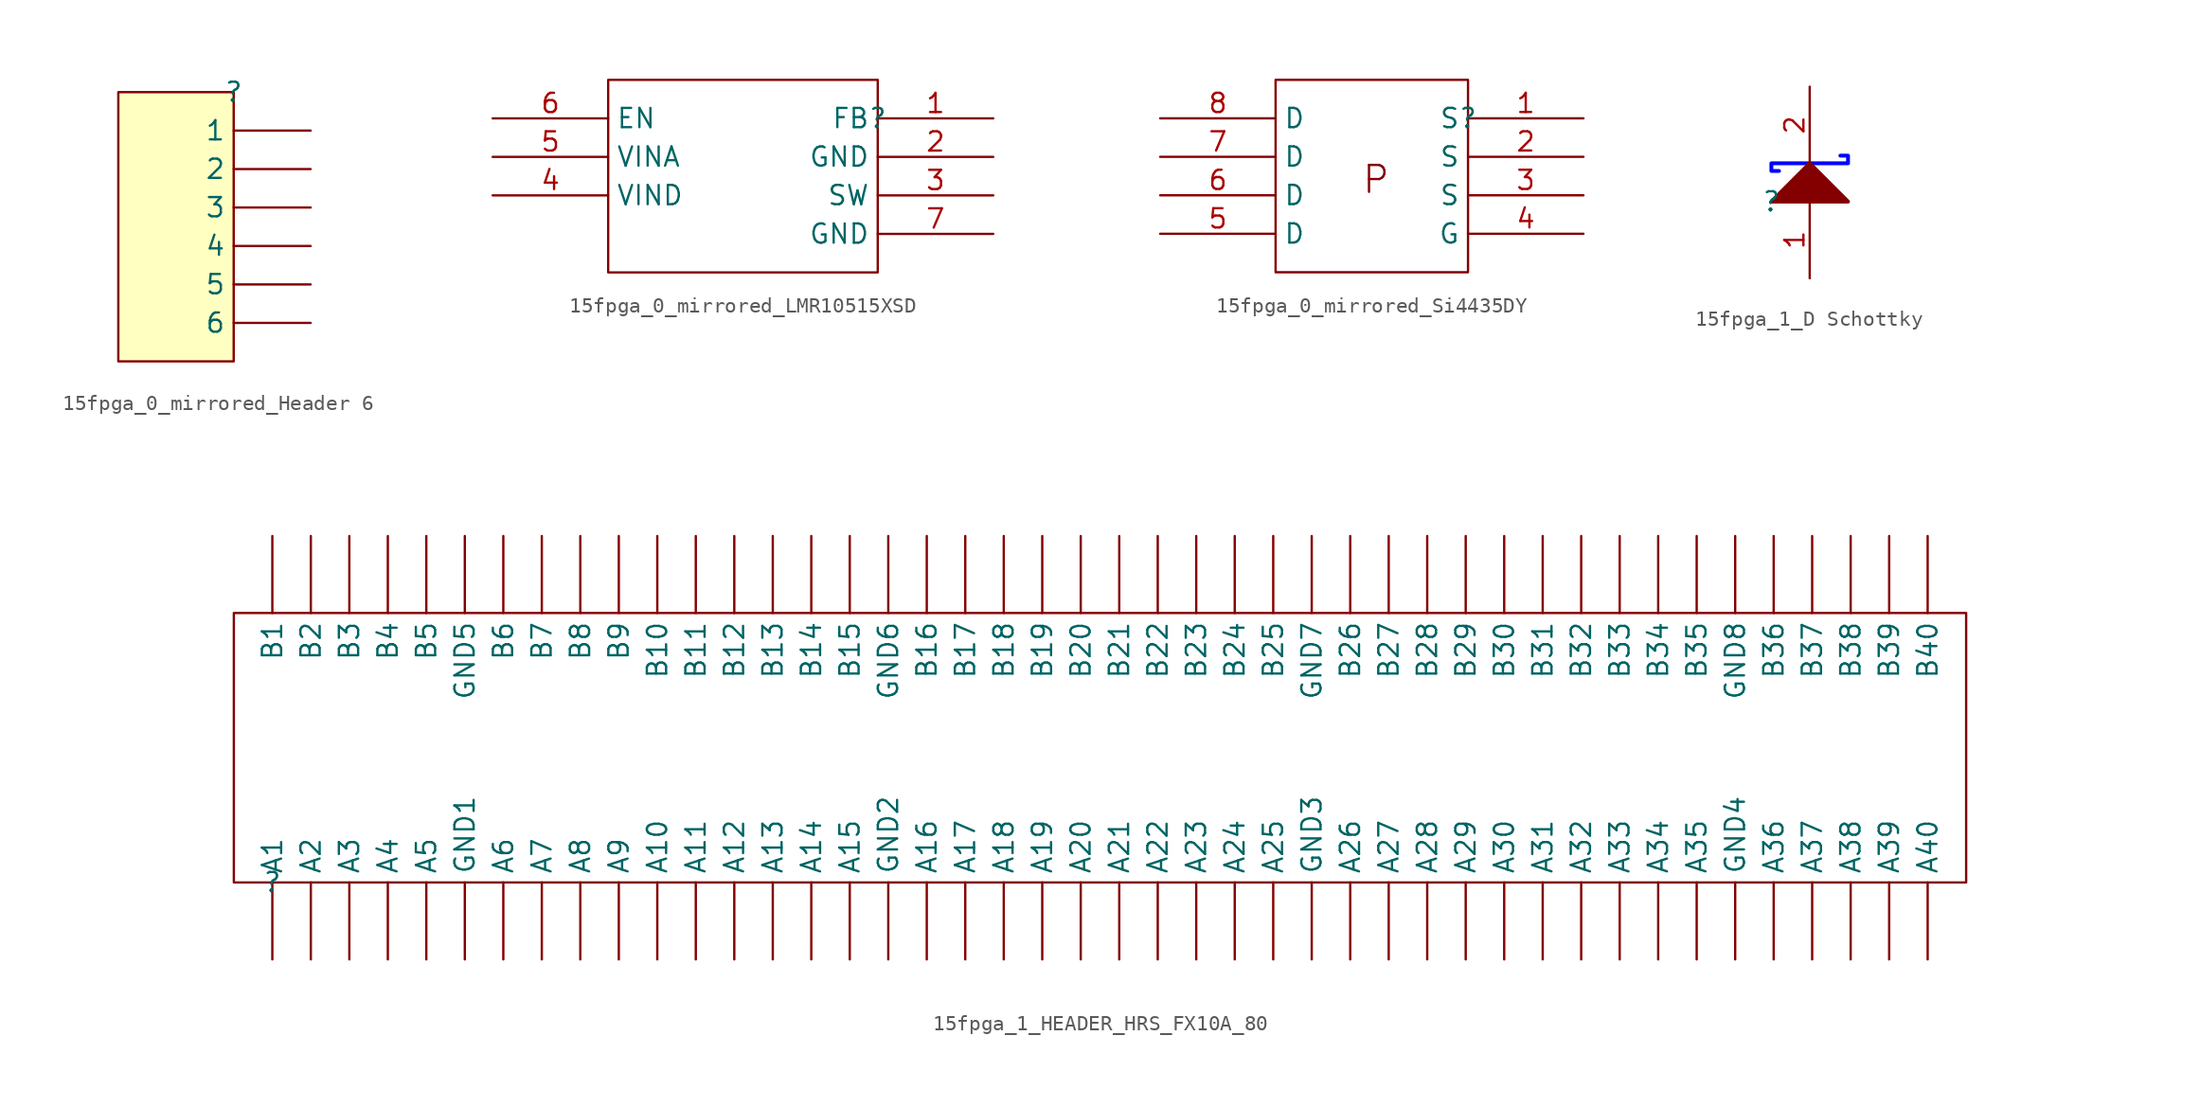
<source format=kicad_sym>
(kicad_symbol_lib
  (version 20220914)
  (generator kicad_symbol_editor)
  (symbol "15fpga_0_mirrored_Header 6"
    (property "Reference" ""
      (at 0 0 0)
      (effects (font (size 1.27 1.27))))
    (property "Value" ""
      (at 0 0 0)
      (effects (font (size 1.27 1.27))))
    (symbol "15fpga_0_mirrored_Header 6_1_0"
      (rectangle (start 0 0) (end -7.62 -17.78) (stroke (width 0) (type solid)) (fill (type background)))
      (pin passive line (at 5.08 -2.54 180) (length 5.08) (name "1" (effects (font (size 1.27 1.27)))) (number "1" (effects (font (size 0 0)))))
      (pin passive line (at 5.08 -5.08 180) (length 5.08) (name "2" (effects (font (size 1.27 1.27)))) (number "2" (effects (font (size 0 0)))))
      (pin passive line (at 5.08 -7.62 180) (length 5.08) (name "3" (effects (font (size 1.27 1.27)))) (number "3" (effects (font (size 0 0)))))
      (pin passive line (at 5.08 -10.16 180) (length 5.08) (name "4" (effects (font (size 1.27 1.27)))) (number "4" (effects (font (size 0 0)))))
      (pin passive line (at 5.08 -12.7 180) (length 5.08) (name "5" (effects (font (size 1.27 1.27)))) (number "5" (effects (font (size 0 0)))))
      (pin passive line (at 5.08 -15.24 180) (length 5.08) (name "6" (effects (font (size 1.27 1.27)))) (number "6" (effects (font (size 0 0)))))))
  (symbol "15fpga_0_mirrored_LMR10515XSD"
    (property "Reference" ""
      (at 0 0 0)
      (effects (font (size 1.27 1.27))))
    (property "Value" ""
      (at 0 0 0)
      (effects (font (size 1.27 1.27))))
    (symbol "15fpga_0_mirrored_LMR10515XSD_1_0"
      (rectangle (start 0 2.54) (end -17.78 -10.16) (stroke (width 0) (type solid)) (fill (type none)))
      (pin passive line (at 7.62 0 180) (length 7.62) (name "FB" (effects (font (size 1.27 1.27)))) (number "1" (effects (font (size 1.27 1.27)))))
      (pin power_in line (at 7.62 -2.54 180) (length 7.62) (name "GND" (effects (font (size 1.27 1.27)))) (number "2" (effects (font (size 1.27 1.27)))))
      (pin passive line (at 7.62 -5.08 180) (length 7.62) (name "SW" (effects (font (size 1.27 1.27)))) (number "3" (effects (font (size 1.27 1.27)))))
      (pin power_in line (at -25.4 -5.08 0) (length 7.62) (name "VIND" (effects (font (size 1.27 1.27)))) (number "4" (effects (font (size 1.27 1.27)))))
      (pin power_in line (at -25.4 -2.54 0) (length 7.62) (name "VINA" (effects (font (size 1.27 1.27)))) (number "5" (effects (font (size 1.27 1.27)))))
      (pin input line (at -25.4 0 0) (length 7.62) (name "EN" (effects (font (size 1.27 1.27)))) (number "6" (effects (font (size 1.27 1.27)))))
      (pin power_in line (at 7.62 -7.62 180) (length 7.62) (name "GND" (effects (font (size 1.27 1.27)))) (number "7" (effects (font (size 1.27 1.27)))))))
  (symbol "15fpga_0_mirrored_Si4435DY"
    (property "Reference" ""
      (at 0 0 0)
      (effects (font (size 1.27 1.27))))
    (property "Value" ""
      (at 0 0 0)
      (effects (font (size 1.27 1.27))))
    (symbol "15fpga_0_mirrored_Si4435DY_1_0"
      (rectangle (start 0 2.54) (end -12.7 -10.16) (stroke (width 0) (type solid)) (fill (type none)))
      (text "P" (at -5.08 -5.08 0) (effects (font (size 1.778 1.778)) (justify right bottom)))
      (pin passive line (at 7.62 0 180) (length 7.62) (name "S" (effects (font (size 1.27 1.27)))) (number "1" (effects (font (size 1.27 1.27)))))
      (pin passive line (at 7.62 -2.54 180) (length 7.62) (name "S" (effects (font (size 1.27 1.27)))) (number "2" (effects (font (size 1.27 1.27)))))
      (pin passive line (at 7.62 -5.08 180) (length 7.62) (name "S" (effects (font (size 1.27 1.27)))) (number "3" (effects (font (size 1.27 1.27)))))
      (pin passive line (at 7.62 -7.62 180) (length 7.62) (name "G" (effects (font (size 1.27 1.27)))) (number "4" (effects (font (size 1.27 1.27)))))
      (pin passive line (at -20.32 -7.62 0) (length 7.62) (name "D" (effects (font (size 1.27 1.27)))) (number "5" (effects (font (size 1.27 1.27)))))
      (pin passive line (at -20.32 -5.08 0) (length 7.62) (name "D" (effects (font (size 1.27 1.27)))) (number "6" (effects (font (size 1.27 1.27)))))
      (pin passive line (at -20.32 -2.54 0) (length 7.62) (name "D" (effects (font (size 1.27 1.27)))) (number "7" (effects (font (size 1.27 1.27)))))
      (pin passive line (at -20.32 0 0) (length 7.62) (name "D" (effects (font (size 1.27 1.27)))) (number "8" (effects (font (size 1.27 1.27)))))))
  (symbol "15fpga_1_D Schottky"
    (property "Reference" ""
      (at 0 0 0)
      (effects (font (size 1.27 1.27))))
    (property "Value" ""
      (at 0 0 0)
      (effects (font (size 1.27 1.27))))
    (symbol "15fpga_1_D Schottky_1_0"
      (polyline (pts (xy 5.08 0) (xy 2.54 2.54) (xy 0 0) (xy 5.08 0)) (stroke (width 0.254) (type solid)) (fill (type outline)))
      (polyline (pts (xy 4.572 3.048) (xy 5.08 3.048) (xy 5.08 2.54) (xy 0 2.54) (xy 0 2.032) (xy 0.508 2.032)) (stroke (width 0.254) (type solid) (color 0 0 255 1)) (fill (type none)))
      (pin passive line (at 2.54 -5.08 90) (length 5.08) (name "A" (effects (font (size 0 0)))) (number "1" (effects (font (size 1.27 1.27)))))
      (pin passive line (at 2.54 7.62 270) (length 5.08) (name "K" (effects (font (size 0 0)))) (number "2" (effects (font (size 1.27 1.27)))))))
  (symbol "15fpga_1_HEADER_HRS_FX10A_80"
    (property "Reference" ""
      (at 0 0 0)
      (effects (font (size 1.27 1.27))))
    (property "Value" ""
      (at 0 0 0)
      (effects (font (size 1.27 1.27))))
    (symbol "15fpga_1_HEADER_HRS_FX10A_80_1_0"
      (rectangle (start 111.76 17.78) (end -2.54 0) (stroke (width 0) (type solid)) (fill (type none)))
      (pin passive line (at 0 -5.08 90) (length 5.08) (name "A1" (effects (font (size 1.27 1.27)))) (number "A1" (effects (font (size 0 0)))))
      (pin passive line (at 25.4 -5.08 90) (length 5.08) (name "A10" (effects (font (size 1.27 1.27)))) (number "A10" (effects (font (size 0 0)))))
      (pin passive line (at 27.94 -5.08 90) (length 5.08) (name "A11" (effects (font (size 1.27 1.27)))) (number "A11" (effects (font (size 0 0)))))
      (pin passive line (at 30.48 -5.08 90) (length 5.08) (name "A12" (effects (font (size 1.27 1.27)))) (number "A12" (effects (font (size 0 0)))))
      (pin passive line (at 33.02 -5.08 90) (length 5.08) (name "A13" (effects (font (size 1.27 1.27)))) (number "A13" (effects (font (size 0 0)))))
      (pin passive line (at 35.56 -5.08 90) (length 5.08) (name "A14" (effects (font (size 1.27 1.27)))) (number "A14" (effects (font (size 0 0)))))
      (pin passive line (at 38.1 -5.08 90) (length 5.08) (name "A15" (effects (font (size 1.27 1.27)))) (number "A15" (effects (font (size 0 0)))))
      (pin passive line (at 43.18 -5.08 90) (length 5.08) (name "A16" (effects (font (size 1.27 1.27)))) (number "A16" (effects (font (size 0 0)))))
      (pin passive line (at 45.72 -5.08 90) (length 5.08) (name "A17" (effects (font (size 1.27 1.27)))) (number "A17" (effects (font (size 0 0)))))
      (pin passive line (at 48.26 -5.08 90) (length 5.08) (name "A18" (effects (font (size 1.27 1.27)))) (number "A18" (effects (font (size 0 0)))))
      (pin passive line (at 50.8 -5.08 90) (length 5.08) (name "A19" (effects (font (size 1.27 1.27)))) (number "A19" (effects (font (size 0 0)))))
      (pin passive line (at 2.54 -5.08 90) (length 5.08) (name "A2" (effects (font (size 1.27 1.27)))) (number "A2" (effects (font (size 0 0)))))
      (pin passive line (at 53.34 -5.08 90) (length 5.08) (name "A20" (effects (font (size 1.27 1.27)))) (number "A20" (effects (font (size 0 0)))))
      (pin passive line (at 55.88 -5.08 90) (length 5.08) (name "A21" (effects (font (size 1.27 1.27)))) (number "A21" (effects (font (size 0 0)))))
      (pin passive line (at 58.42 -5.08 90) (length 5.08) (name "A22" (effects (font (size 1.27 1.27)))) (number "A22" (effects (font (size 0 0)))))
      (pin passive line (at 60.96 -5.08 90) (length 5.08) (name "A23" (effects (font (size 1.27 1.27)))) (number "A23" (effects (font (size 0 0)))))
      (pin passive line (at 63.5 -5.08 90) (length 5.08) (name "A24" (effects (font (size 1.27 1.27)))) (number "A24" (effects (font (size 0 0)))))
      (pin passive line (at 66.04 -5.08 90) (length 5.08) (name "A25" (effects (font (size 1.27 1.27)))) (number "A25" (effects (font (size 0 0)))))
      (pin passive line (at 71.12 -5.08 90) (length 5.08) (name "A26" (effects (font (size 1.27 1.27)))) (number "A26" (effects (font (size 0 0)))))
      (pin passive line (at 73.66 -5.08 90) (length 5.08) (name "A27" (effects (font (size 1.27 1.27)))) (number "A27" (effects (font (size 0 0)))))
      (pin passive line (at 76.2 -5.08 90) (length 5.08) (name "A28" (effects (font (size 1.27 1.27)))) (number "A28" (effects (font (size 0 0)))))
      (pin passive line (at 78.74 -5.08 90) (length 5.08) (name "A29" (effects (font (size 1.27 1.27)))) (number "A29" (effects (font (size 0 0)))))
      (pin passive line (at 5.08 -5.08 90) (length 5.08) (name "A3" (effects (font (size 1.27 1.27)))) (number "A3" (effects (font (size 0 0)))))
      (pin passive line (at 81.28 -5.08 90) (length 5.08) (name "A30" (effects (font (size 1.27 1.27)))) (number "A30" (effects (font (size 0 0)))))
      (pin passive line (at 83.82 -5.08 90) (length 5.08) (name "A31" (effects (font (size 1.27 1.27)))) (number "A31" (effects (font (size 0 0)))))
      (pin passive line (at 86.36 -5.08 90) (length 5.08) (name "A32" (effects (font (size 1.27 1.27)))) (number "A32" (effects (font (size 0 0)))))
      (pin passive line (at 88.9 -5.08 90) (length 5.08) (name "A33" (effects (font (size 1.27 1.27)))) (number "A33" (effects (font (size 0 0)))))
      (pin passive line (at 91.44 -5.08 90) (length 5.08) (name "A34" (effects (font (size 1.27 1.27)))) (number "A34" (effects (font (size 0 0)))))
      (pin passive line (at 93.98 -5.08 90) (length 5.08) (name "A35" (effects (font (size 1.27 1.27)))) (number "A35" (effects (font (size 0 0)))))
      (pin passive line (at 99.06 -5.08 90) (length 5.08) (name "A36" (effects (font (size 1.27 1.27)))) (number "A36" (effects (font (size 0 0)))))
      (pin passive line (at 101.6 -5.08 90) (length 5.08) (name "A37" (effects (font (size 1.27 1.27)))) (number "A37" (effects (font (size 0 0)))))
      (pin passive line (at 104.14 -5.08 90) (length 5.08) (name "A38" (effects (font (size 1.27 1.27)))) (number "A38" (effects (font (size 0 0)))))
      (pin passive line (at 106.68 -5.08 90) (length 5.08) (name "A39" (effects (font (size 1.27 1.27)))) (number "A39" (effects (font (size 0 0)))))
      (pin passive line (at 7.62 -5.08 90) (length 5.08) (name "A4" (effects (font (size 1.27 1.27)))) (number "A4" (effects (font (size 0 0)))))
      (pin passive line (at 109.22 -5.08 90) (length 5.08) (name "A40" (effects (font (size 1.27 1.27)))) (number "A40" (effects (font (size 0 0)))))
      (pin passive line (at 10.16 -5.08 90) (length 5.08) (name "A5" (effects (font (size 1.27 1.27)))) (number "A5" (effects (font (size 0 0)))))
      (pin passive line (at 15.24 -5.08 90) (length 5.08) (name "A6" (effects (font (size 1.27 1.27)))) (number "A6" (effects (font (size 0 0)))))
      (pin passive line (at 17.78 -5.08 90) (length 5.08) (name "A7" (effects (font (size 1.27 1.27)))) (number "A7" (effects (font (size 0 0)))))
      (pin passive line (at 20.32 -5.08 90) (length 5.08) (name "A8" (effects (font (size 1.27 1.27)))) (number "A8" (effects (font (size 0 0)))))
      (pin passive line (at 22.86 -5.08 90) (length 5.08) (name "A9" (effects (font (size 1.27 1.27)))) (number "A9" (effects (font (size 0 0)))))
      (pin passive line (at 0 22.86 270) (length 5.08) (name "B1" (effects (font (size 1.27 1.27)))) (number "B1" (effects (font (size 0 0)))))
      (pin passive line (at 25.4 22.86 270) (length 5.08) (name "B10" (effects (font (size 1.27 1.27)))) (number "B10" (effects (font (size 0 0)))))
      (pin passive line (at 27.94 22.86 270) (length 5.08) (name "B11" (effects (font (size 1.27 1.27)))) (number "B11" (effects (font (size 0 0)))))
      (pin passive line (at 30.48 22.86 270) (length 5.08) (name "B12" (effects (font (size 1.27 1.27)))) (number "B12" (effects (font (size 0 0)))))
      (pin passive line (at 33.02 22.86 270) (length 5.08) (name "B13" (effects (font (size 1.27 1.27)))) (number "B13" (effects (font (size 0 0)))))
      (pin passive line (at 35.56 22.86 270) (length 5.08) (name "B14" (effects (font (size 1.27 1.27)))) (number "B14" (effects (font (size 0 0)))))
      (pin passive line (at 38.1 22.86 270) (length 5.08) (name "B15" (effects (font (size 1.27 1.27)))) (number "B15" (effects (font (size 0 0)))))
      (pin passive line (at 43.18 22.86 270) (length 5.08) (name "B16" (effects (font (size 1.27 1.27)))) (number "B16" (effects (font (size 0 0)))))
      (pin passive line (at 45.72 22.86 270) (length 5.08) (name "B17" (effects (font (size 1.27 1.27)))) (number "B17" (effects (font (size 0 0)))))
      (pin passive line (at 48.26 22.86 270) (length 5.08) (name "B18" (effects (font (size 1.27 1.27)))) (number "B18" (effects (font (size 0 0)))))
      (pin passive line (at 50.8 22.86 270) (length 5.08) (name "B19" (effects (font (size 1.27 1.27)))) (number "B19" (effects (font (size 0 0)))))
      (pin passive line (at 2.54 22.86 270) (length 5.08) (name "B2" (effects (font (size 1.27 1.27)))) (number "B2" (effects (font (size 0 0)))))
      (pin passive line (at 53.34 22.86 270) (length 5.08) (name "B20" (effects (font (size 1.27 1.27)))) (number "B20" (effects (font (size 0 0)))))
      (pin passive line (at 55.88 22.86 270) (length 5.08) (name "B21" (effects (font (size 1.27 1.27)))) (number "B21" (effects (font (size 0 0)))))
      (pin passive line (at 58.42 22.86 270) (length 5.08) (name "B22" (effects (font (size 1.27 1.27)))) (number "B22" (effects (font (size 0 0)))))
      (pin passive line (at 60.96 22.86 270) (length 5.08) (name "B23" (effects (font (size 1.27 1.27)))) (number "B23" (effects (font (size 0 0)))))
      (pin passive line (at 63.5 22.86 270) (length 5.08) (name "B24" (effects (font (size 1.27 1.27)))) (number "B24" (effects (font (size 0 0)))))
      (pin passive line (at 66.04 22.86 270) (length 5.08) (name "B25" (effects (font (size 1.27 1.27)))) (number "B25" (effects (font (size 0 0)))))
      (pin passive line (at 71.12 22.86 270) (length 5.08) (name "B26" (effects (font (size 1.27 1.27)))) (number "B26" (effects (font (size 0 0)))))
      (pin passive line (at 73.66 22.86 270) (length 5.08) (name "B27" (effects (font (size 1.27 1.27)))) (number "B27" (effects (font (size 0 0)))))
      (pin passive line (at 76.2 22.86 270) (length 5.08) (name "B28" (effects (font (size 1.27 1.27)))) (number "B28" (effects (font (size 0 0)))))
      (pin passive line (at 78.74 22.86 270) (length 5.08) (name "B29" (effects (font (size 1.27 1.27)))) (number "B29" (effects (font (size 0 0)))))
      (pin passive line (at 5.08 22.86 270) (length 5.08) (name "B3" (effects (font (size 1.27 1.27)))) (number "B3" (effects (font (size 0 0)))))
      (pin passive line (at 81.28 22.86 270) (length 5.08) (name "B30" (effects (font (size 1.27 1.27)))) (number "B30" (effects (font (size 0 0)))))
      (pin passive line (at 83.82 22.86 270) (length 5.08) (name "B31" (effects (font (size 1.27 1.27)))) (number "B31" (effects (font (size 0 0)))))
      (pin passive line (at 86.36 22.86 270) (length 5.08) (name "B32" (effects (font (size 1.27 1.27)))) (number "B32" (effects (font (size 0 0)))))
      (pin passive line (at 88.9 22.86 270) (length 5.08) (name "B33" (effects (font (size 1.27 1.27)))) (number "B33" (effects (font (size 0 0)))))
      (pin passive line (at 91.44 22.86 270) (length 5.08) (name "B34" (effects (font (size 1.27 1.27)))) (number "B34" (effects (font (size 0 0)))))
      (pin passive line (at 93.98 22.86 270) (length 5.08) (name "B35" (effects (font (size 1.27 1.27)))) (number "B35" (effects (font (size 0 0)))))
      (pin passive line (at 99.06 22.86 270) (length 5.08) (name "B36" (effects (font (size 1.27 1.27)))) (number "B36" (effects (font (size 0 0)))))
      (pin passive line (at 101.6 22.86 270) (length 5.08) (name "B37" (effects (font (size 1.27 1.27)))) (number "B37" (effects (font (size 0 0)))))
      (pin passive line (at 104.14 22.86 270) (length 5.08) (name "B38" (effects (font (size 1.27 1.27)))) (number "B38" (effects (font (size 0 0)))))
      (pin passive line (at 106.68 22.86 270) (length 5.08) (name "B39" (effects (font (size 1.27 1.27)))) (number "B39" (effects (font (size 0 0)))))
      (pin passive line (at 7.62 22.86 270) (length 5.08) (name "B4" (effects (font (size 1.27 1.27)))) (number "B4" (effects (font (size 0 0)))))
      (pin passive line (at 109.22 22.86 270) (length 5.08) (name "B40" (effects (font (size 1.27 1.27)))) (number "B40" (effects (font (size 0 0)))))
      (pin passive line (at 10.16 22.86 270) (length 5.08) (name "B5" (effects (font (size 1.27 1.27)))) (number "B5" (effects (font (size 0 0)))))
      (pin passive line (at 15.24 22.86 270) (length 5.08) (name "B6" (effects (font (size 1.27 1.27)))) (number "B6" (effects (font (size 0 0)))))
      (pin passive line (at 17.78 22.86 270) (length 5.08) (name "B7" (effects (font (size 1.27 1.27)))) (number "B7" (effects (font (size 0 0)))))
      (pin passive line (at 20.32 22.86 270) (length 5.08) (name "B8" (effects (font (size 1.27 1.27)))) (number "B8" (effects (font (size 0 0)))))
      (pin passive line (at 22.86 22.86 270) (length 5.08) (name "B9" (effects (font (size 1.27 1.27)))) (number "B9" (effects (font (size 0 0)))))
      (pin passive line (at 12.7 -5.08 90) (length 5.08) (name "GND1" (effects (font (size 1.27 1.27)))) (number "GND1" (effects (font (size 0 0)))))
      (pin passive line (at 40.64 -5.08 90) (length 5.08) (name "GND2" (effects (font (size 1.27 1.27)))) (number "GND2" (effects (font (size 0 0)))))
      (pin passive line (at 68.58 -5.08 90) (length 5.08) (name "GND3" (effects (font (size 1.27 1.27)))) (number "GND3" (effects (font (size 0 0)))))
      (pin passive line (at 96.52 -5.08 90) (length 5.08) (name "GND4" (effects (font (size 1.27 1.27)))) (number "GND4" (effects (font (size 0 0)))))
      (pin passive line (at 12.7 22.86 270) (length 5.08) (name "GND5" (effects (font (size 1.27 1.27)))) (number "GND5" (effects (font (size 0 0)))))
      (pin passive line (at 40.64 22.86 270) (length 5.08) (name "GND6" (effects (font (size 1.27 1.27)))) (number "GND6" (effects (font (size 0 0)))))
      (pin passive line (at 68.58 22.86 270) (length 5.08) (name "GND7" (effects (font (size 1.27 1.27)))) (number "GND7" (effects (font (size 0 0)))))
      (pin passive line (at 96.52 22.86 270) (length 5.08) (name "GND8" (effects (font (size 1.27 1.27)))) (number "GND8" (effects (font (size 0 0))))))))
</source>
